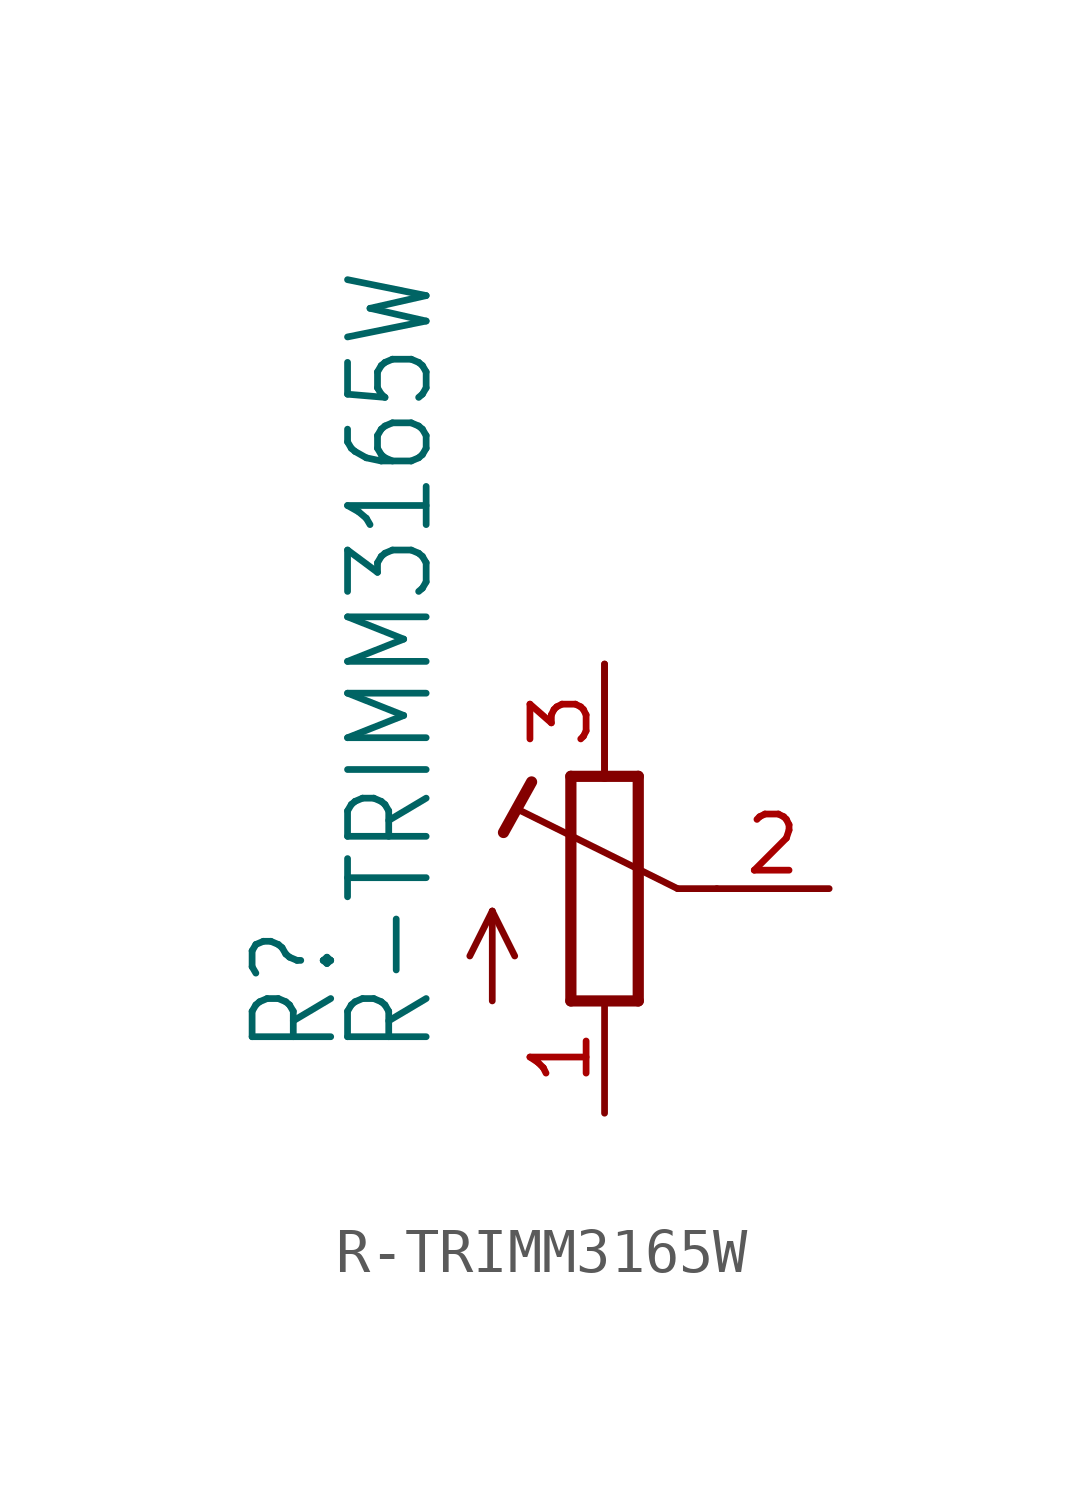
<source format=kicad_sym>
(kicad_symbol_lib
  (version 20211014)
  (generator kicad_symbol_editor)
  (symbol "R-TRIMM3165W"
    (property "Reference" "R"
      (at -5.969 -3.81 90)
      (effects (font (size 1.778 1.511)) (justify left bottom)))
    (property "Value" "R-TRIMM3165W"
      (at -3.81 -3.81 90)
      (effects (font (size 1.778 1.511)) (justify left bottom)))
    (property "ki_locked" ""
      (at 0 0 0)
      (effects (font (size 1.27 1.27))))
    (symbol "R-TRIMM3165W_1_0"
      (polyline (pts (xy -2.54 -2.54) (xy -2.54 -0.508)) (stroke (width 0.152) (type default) (color 0 0 0 0)) (fill (type none)))
      (polyline (pts (xy -2.54 -0.508) (xy -3.048 -1.524)) (stroke (width 0.152) (type default) (color 0 0 0 0)) (fill (type none)))
      (polyline (pts (xy -2.54 -0.508) (xy -2.032 -1.524)) (stroke (width 0.152) (type default) (color 0 0 0 0)) (fill (type none)))
      (polyline (pts (xy -2.286 1.27) (xy -1.651 2.413)) (stroke (width 0.254) (type default) (color 0 0 0 0)) (fill (type none)))
      (polyline (pts (xy -0.762 -2.54) (xy 0.762 -2.54)) (stroke (width 0.254) (type default) (color 0 0 0 0)) (fill (type none)))
      (polyline (pts (xy -0.762 2.54) (xy -0.762 -2.54)) (stroke (width 0.254) (type default) (color 0 0 0 0)) (fill (type none)))
      (polyline (pts (xy 0 2.54) (xy -0.762 2.54)) (stroke (width 0.254) (type default) (color 0 0 0 0)) (fill (type none)))
      (polyline (pts (xy 0 2.54) (xy 0 5.08)) (stroke (width 0.152) (type default) (color 0 0 0 0)) (fill (type none)))
      (polyline (pts (xy 0.762 -2.54) (xy 0.762 2.54)) (stroke (width 0.254) (type default) (color 0 0 0 0)) (fill (type none)))
      (polyline (pts (xy 0.762 2.54) (xy 0 2.54)) (stroke (width 0.254) (type default) (color 0 0 0 0)) (fill (type none)))
      (polyline (pts (xy 1.651 0) (xy -1.88 1.753)) (stroke (width 0.152) (type default) (color 0 0 0 0)) (fill (type none)))
      (polyline (pts (xy 2.54 0) (xy 1.651 0)) (stroke (width 0.152) (type default) (color 0 0 0 0)) (fill (type none)))
      (pin passive line (at 0 -5.08 90) (length 2.54) (name "A" (effects (font (size 0 0)))) (number "1" (effects (font (size 1.27 1.27)))))
      (pin passive line (at 5.08 0 180) (length 2.54) (name "S" (effects (font (size 0 0)))) (number "2" (effects (font (size 1.27 1.27)))))
      (pin passive line (at 0 5.08 270) (length 2.54) (name "E" (effects (font (size 0 0)))) (number "3" (effects (font (size 1.27 1.27))))))))
</source>
